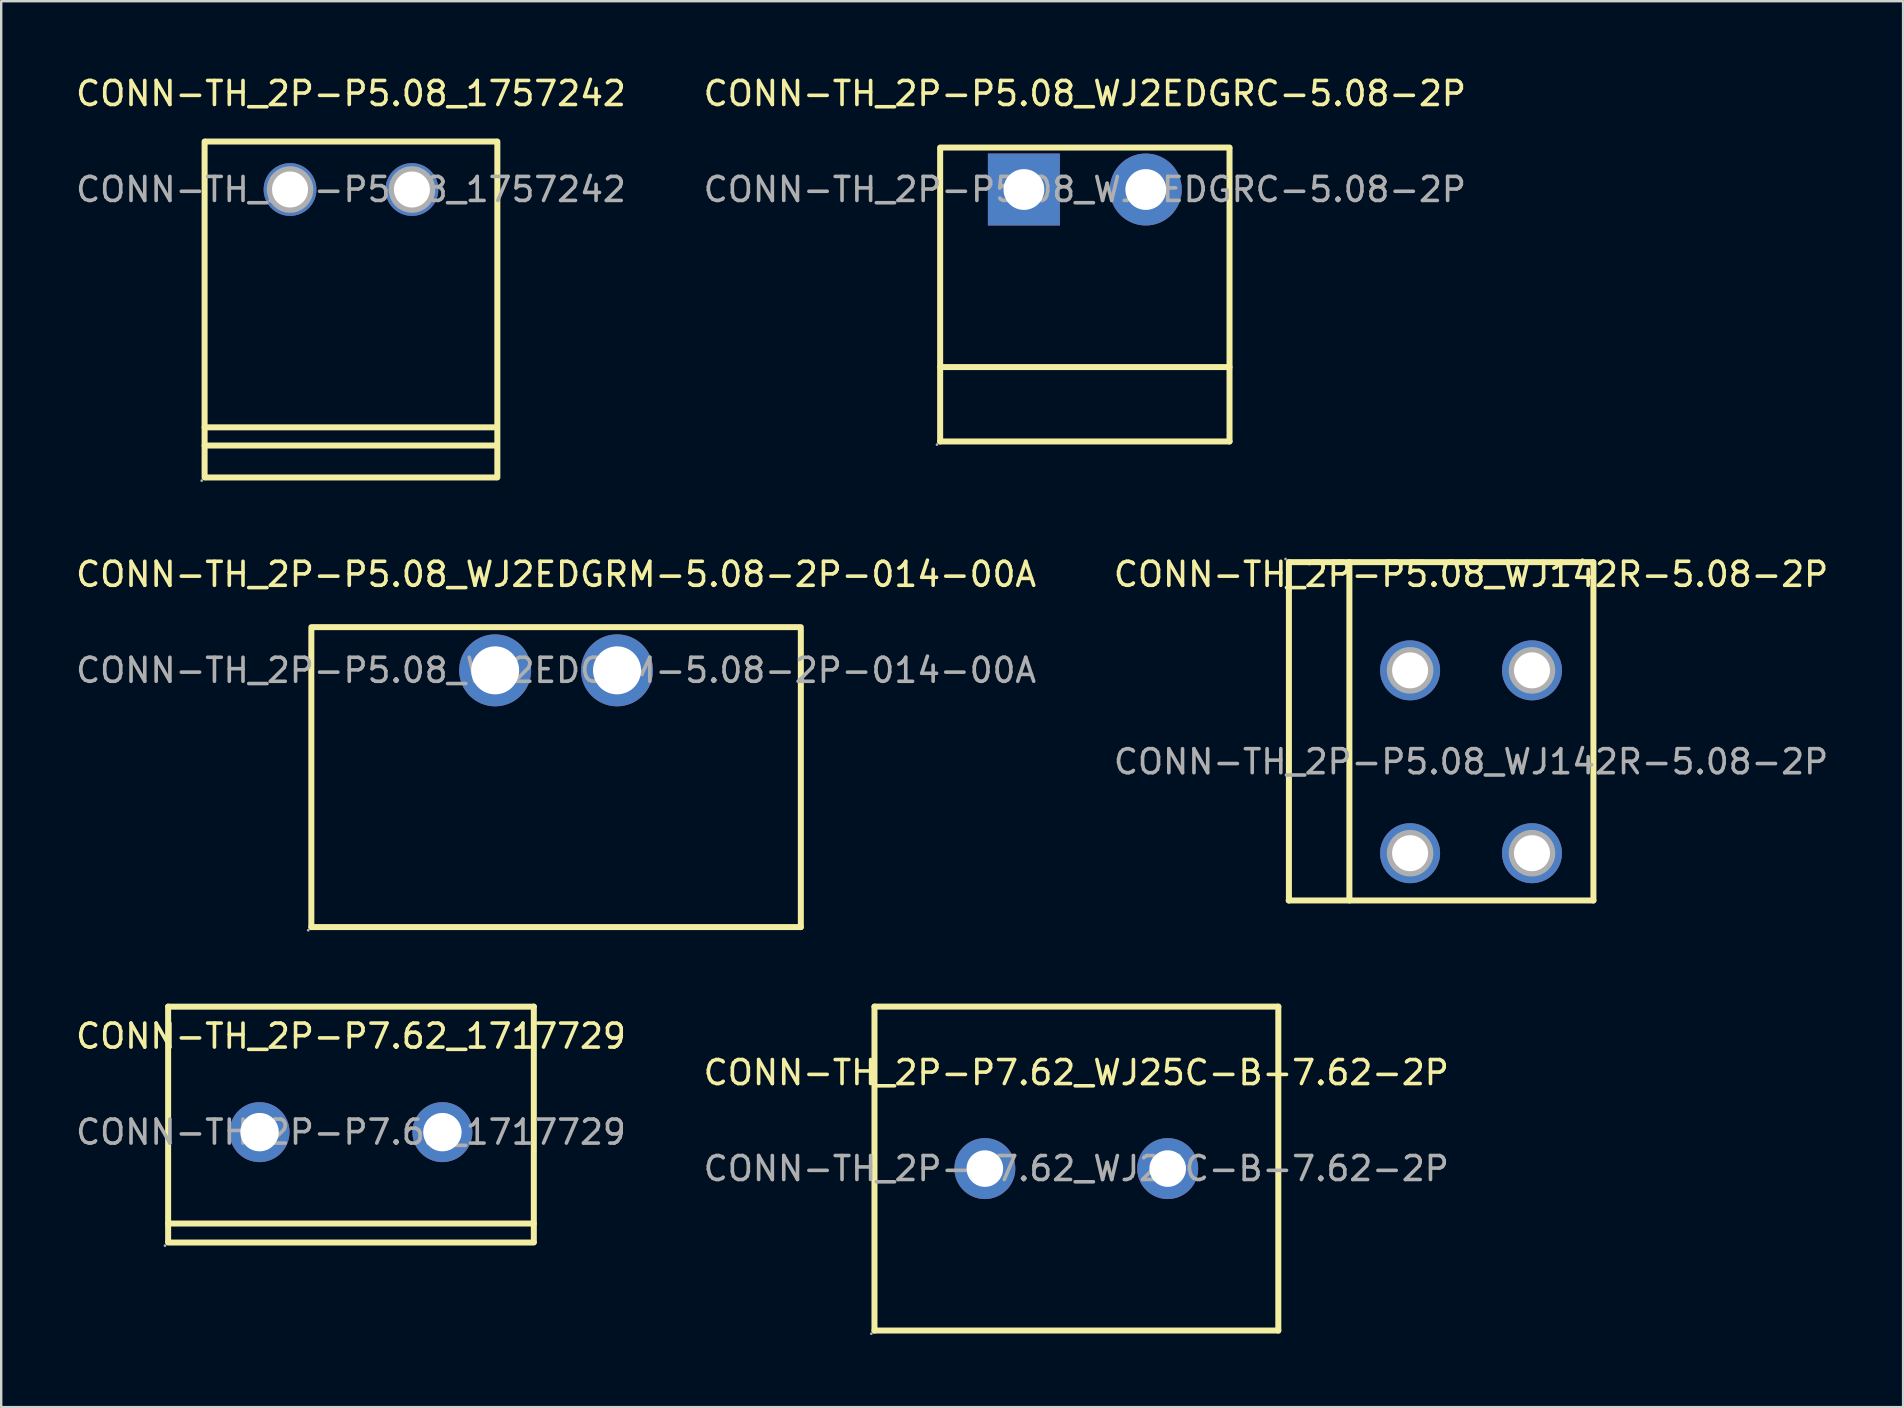
<source format=kicad_pcb>
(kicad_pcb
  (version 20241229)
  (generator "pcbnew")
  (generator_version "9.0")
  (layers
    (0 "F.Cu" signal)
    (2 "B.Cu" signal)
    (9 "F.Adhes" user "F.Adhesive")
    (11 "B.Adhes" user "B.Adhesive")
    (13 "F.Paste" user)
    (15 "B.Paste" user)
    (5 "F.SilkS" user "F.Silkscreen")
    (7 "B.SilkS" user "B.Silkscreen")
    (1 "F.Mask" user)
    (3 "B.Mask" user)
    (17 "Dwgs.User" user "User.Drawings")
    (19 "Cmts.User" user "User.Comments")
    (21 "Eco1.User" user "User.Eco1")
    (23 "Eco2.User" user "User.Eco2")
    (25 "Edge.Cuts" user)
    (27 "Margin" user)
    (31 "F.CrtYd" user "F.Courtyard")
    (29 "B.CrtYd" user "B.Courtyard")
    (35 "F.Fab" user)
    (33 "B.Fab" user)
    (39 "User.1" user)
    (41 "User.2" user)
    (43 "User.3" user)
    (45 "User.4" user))
  (footprint "CONN-TH_2P-P5.08_WJ2EDGRC-5.08-2P"
    (layer "F.Cu")
    (at 42.161 4.848)
    (property "Reference" "CONN-TH_2P-P5.08_WJ2EDGRC-5.08-2P" (at 0 -4 0) (layer "F.SilkS") (effects (font (size 1 1) (thickness 0.15))))
    (attr through_hole)
    (fp_line (start -6.03 7.4) (end 6.03 7.4) (stroke (width 0.25) (type solid)) (layer "F.SilkS"))
    (fp_line (start -6.03 10.5) (end -6.03 -1.7) (stroke (width 0.25) (type solid)) (layer "F.SilkS"))
    (fp_line (start -6.03 10.5) (end 6.03 10.5) (stroke (width 0.25) (type solid)) (layer "F.SilkS"))
    (fp_line (start 6.03 -1.75) (end -6.03 -1.75) (stroke (width 0.25) (type solid)) (layer "F.SilkS"))
    (fp_line (start 6.03 10.5) (end 6.03 -1.7) (stroke (width 0.25) (type solid)) (layer "F.SilkS"))
    (fp_circle (center -6.16 10.63) (end -6.13 10.63) (stroke (width 0.06) (type solid)) (fill no) (layer "F.Fab"))
    (fp_circle (center -2.54 0) (end -2.16 0) (stroke (width 0.75) (type solid)) (fill no) (layer "F.Fab"))
    (fp_circle (center 2.54 0) (end 2.92 0) (stroke (width 0.75) (type solid)) (fill no) (layer "F.Fab"))
    (fp_text user "${REFERENCE}" (at 0 0 0) (layer "F.Fab") (effects (font (size 1 1) (thickness 0.15))))
    (pad "1" thru_hole rect (at -2.54 0) (size 3 3) (drill 1.7) (layers "*.Cu" "*.Paste" "*.Mask"))
    (pad "2" thru_hole circle (at 2.54 0) (size 3 3) (drill 1.7) (layers "*.Cu" "*.Paste" "*.Mask")))
  (footprint "CONN-TH_2P-P7.62_1717729"
    (layer "F.Cu")
    (at 11.577 44.132)
    (property "Reference" "CONN-TH_2P-P7.62_1717729" (at 0 -4 0) (layer "F.SilkS") (effects (font (size 1 1) (thickness 0.15))))
    (attr through_hole)
    (fp_line (start -7.62 -5.23) (end 7.62 -5.23) (stroke (width 0.25) (type solid)) (layer "F.SilkS"))
    (fp_line (start -7.62 3.81) (end 7.62 3.81) (stroke (width 0.25) (type solid)) (layer "F.SilkS"))
    (fp_line (start -7.62 4.57) (end -7.62 -5.23) (stroke (width 0.25) (type solid)) (layer "F.SilkS"))
    (fp_line (start -7.62 4.6) (end 7.62 4.6) (stroke (width 0.25) (type solid)) (layer "F.SilkS"))
    (fp_line (start 7.62 4.57) (end 7.62 -5.23) (stroke (width 0.25) (type solid)) (layer "F.SilkS"))
    (fp_circle (center -7.75 4.73) (end -7.72 4.73) (stroke (width 0.06) (type solid)) (fill no) (layer "F.Fab"))
    (fp_circle (center -3.81 0) (end -3.46 0) (stroke (width 0.7) (type solid)) (fill no) (layer "F.Fab"))
    (fp_circle (center 3.81 0) (end 4.16 0) (stroke (width 0.7) (type solid)) (fill no) (layer "F.Fab"))
    (fp_text user "${REFERENCE}" (at 0 0 0) (layer "F.Fab") (effects (font (size 1 1) (thickness 0.15))))
    (pad "1" thru_hole circle (at -3.81 0) (size 2.5 2.5) (drill 1.6) (layers "*.Cu" "*.Paste" "*.Mask"))
    (pad "2" thru_hole circle (at 3.81 0) (size 2.5 2.5) (drill 1.6) (layers "*.Cu" "*.Paste" "*.Mask")))
  (footprint "CONN-TH_2P-P5.08_WJ142R-5.08-2P"
    (layer "F.Cu")
    (at 58.256 28.697)
    (property "Reference" "CONN-TH_2P-P5.08_WJ142R-5.08-2P" (at 0 -7.81 0) (layer "F.SilkS") (effects (font (size 1 1) (thickness 0.15))))
    (attr through_hole)
    (fp_line (start -7.6 5.78) (end 5.1 5.78) (stroke (width 0.25) (type solid)) (layer "F.SilkS"))
    (fp_line (start -7.59 -8.32) (end -7.59 5.78) (stroke (width 0.25) (type solid)) (layer "F.SilkS"))
    (fp_line (start -5.08 -8.32) (end 5.08 -8.32) (stroke (width 0.25) (type solid)) (layer "F.SilkS"))
    (fp_line (start -5.07 -8.32) (end -7.59 -8.32) (stroke (width 0.25) (type solid)) (layer "F.SilkS"))
    (fp_line (start -5.07 -8.32) (end -5.07 5.78) (stroke (width 0.25) (type solid)) (layer "F.SilkS"))
    (fp_line (start 5.1 -8.32) (end 5.1 5.78) (stroke (width 0.25) (type solid)) (layer "F.SilkS"))
    (fp_circle (center -7.73 -8.45) (end -7.7 -8.45) (stroke (width 0.06) (type solid)) (fill no) (layer "F.Fab"))
    (fp_circle (center -2.54 -3.81) (end -2.22 -3.81) (stroke (width 0.65) (type solid)) (fill no) (layer "F.Fab"))
    (fp_circle (center -2.54 3.81) (end -2.22 3.81) (stroke (width 0.65) (type solid)) (fill no) (layer "F.Fab"))
    (fp_circle (center 2.54 -3.81) (end 2.86 -3.81) (stroke (width 0.65) (type solid)) (fill no) (layer "F.Fab"))
    (fp_circle (center 2.54 3.81) (end 2.86 3.81) (stroke (width 0.65) (type solid)) (fill no) (layer "F.Fab"))
    (fp_text user "${REFERENCE}" (at 0 0 0) (layer "F.Fab") (effects (font (size 1 1) (thickness 0.15))))
    (pad "1" thru_hole circle (at -2.54 -3.81) (size 2.5 2.5) (drill 1.5) (layers "*.Cu" "*.Paste" "*.Mask"))
    (pad "1" thru_hole circle (at -2.54 3.81) (size 2.5 2.5) (drill 1.5) (layers "*.Cu" "*.Paste" "*.Mask"))
    (pad "2" thru_hole circle (at 2.54 -3.81) (size 2.5 2.5) (drill 1.5) (layers "*.Cu" "*.Paste" "*.Mask"))
    (pad "2" thru_hole circle (at 2.54 3.81) (size 2.5 2.5) (drill 1.5) (layers "*.Cu" "*.Paste" "*.Mask")))
  (footprint "CONN-TH_2P-P5.08_1757242"
    (layer "F.Cu")
    (at 11.577 4.848)
    (property "Reference" "CONN-TH_2P-P5.08_1757242" (at 0 -4 0) (layer "F.SilkS") (effects (font (size 1 1) (thickness 0.15))))
    (attr through_hole)
    (fp_line (start -6.1 -2) (end -6.1 12) (stroke (width 0.25) (type solid)) (layer "F.SilkS"))
    (fp_line (start -6.1 9.91) (end 5.98 9.91) (stroke (width 0.25) (type solid)) (layer "F.SilkS"))
    (fp_line (start -6.1 10.67) (end 5.98 10.67) (stroke (width 0.25) (type solid)) (layer "F.SilkS"))
    (fp_line (start -6.04 -2) (end 6.04 -2) (stroke (width 0.25) (type solid)) (layer "F.SilkS"))
    (fp_line (start -6.04 12) (end 6.04 12) (stroke (width 0.25) (type solid)) (layer "F.SilkS"))
    (fp_line (start 6.1 -2) (end 6.1 12) (stroke (width 0.25) (type solid)) (layer "F.SilkS"))
    (fp_circle (center -6.22 12.13) (end -6.19 12.13) (stroke (width 0.06) (type solid)) (fill no) (layer "F.Fab"))
    (fp_circle (center -2.54 0) (end -2.22 0) (stroke (width 0.65) (type solid)) (fill no) (layer "F.Fab"))
    (fp_circle (center 2.54 0) (end 2.86 0) (stroke (width 0.65) (type solid)) (fill no) (layer "F.Fab"))
    (fp_text user "${REFERENCE}" (at 0 0 0) (layer "F.Fab") (effects (font (size 1 1) (thickness 0.15))))
    (pad "1" thru_hole circle (at -2.54 0) (size 2.2 2.2) (drill 1.5) (layers "*.Cu" "*.Paste" "*.Mask"))
    (pad "2" thru_hole circle (at 2.54 0) (size 2.2 2.2) (drill 1.5) (layers "*.Cu" "*.Paste" "*.Mask")))
  (footprint "CONN-TH_2P-P7.62_WJ25C-B-7.62-2P"
    (layer "F.Cu")
    (at 41.804 45.651)
    (property "Reference" "CONN-TH_2P-P7.62_WJ25C-B-7.62-2P" (at 0 -4 0) (layer "F.SilkS") (effects (font (size 1 1) (thickness 0.15))))
    (attr through_hole)
    (fp_line (start -8.41 -6.75) (end 8.42 -6.75) (stroke (width 0.25) (type solid)) (layer "F.SilkS"))
    (fp_line (start -8.41 6.75) (end -8.41 -6.75) (stroke (width 0.25) (type solid)) (layer "F.SilkS"))
    (fp_line (start 8.42 -6.75) (end 8.42 6.75) (stroke (width 0.25) (type solid)) (layer "F.SilkS"))
    (fp_line (start 8.42 6.75) (end -8.41 6.75) (stroke (width 0.25) (type solid)) (layer "F.SilkS"))
    (fp_circle (center -8.54 6.88) (end -8.51 6.88) (stroke (width 0.06) (type solid)) (fill no) (layer "F.Fab"))
    (fp_circle (center -3.81 0) (end -3.48 0) (stroke (width 0.66) (type solid)) (fill no) (layer "F.Fab"))
    (fp_circle (center 3.81 0) (end 4.14 0) (stroke (width 0.66) (type solid)) (fill no) (layer "F.Fab"))
    (fp_text user "${REFERENCE}" (at 0 0 0) (layer "F.Fab") (effects (font (size 1 1) (thickness 0.15))))
    (pad "1" thru_hole circle (at -3.81 0) (size 2.54 2.54) (drill 1.524) (layers "*.Cu" "*.Paste" "*.Mask"))
    (pad "2" thru_hole circle (at 3.81 0) (size 2.54 2.54) (drill 1.524) (layers "*.Cu" "*.Paste" "*.Mask")))
  (footprint "CONN-TH_2P-P5.08_WJ2EDGRM-5.08-2P-014-00A"
    (layer "F.Cu")
    (at 20.125 24.887)
    (property "Reference" "CONN-TH_2P-P5.08_WJ2EDGRM-5.08-2P-014-00A" (at 0 -4 0) (layer "F.SilkS") (effects (font (size 1 1) (thickness 0.15))))
    (attr through_hole)
    (fp_line (start -10.2 10.7) (end -10.2 -1.7) (stroke (width 0.25) (type solid)) (layer "F.SilkS"))
    (fp_line (start -10.2 10.7) (end 10.2 10.7) (stroke (width 0.25) (type solid)) (layer "F.SilkS"))
    (fp_line (start 10.2 -1.8) (end -10.2 -1.8) (stroke (width 0.25) (type solid)) (layer "F.SilkS"))
    (fp_line (start 10.2 -1.7) (end 10.2 10.7) (stroke (width 0.25) (type solid)) (layer "F.SilkS"))
    (fp_circle (center -10.33 10.83) (end -10.3 10.83) (stroke (width 0.06) (type solid)) (fill no) (layer "F.Fab"))
    (fp_circle (center -2.54 0) (end -2.09 0) (stroke (width 0.9) (type solid)) (fill no) (layer "F.Fab"))
    (fp_circle (center 2.54 0) (end 2.99 0) (stroke (width 0.9) (type solid)) (fill no) (layer "F.Fab"))
    (fp_text user "${REFERENCE}" (at 0 0 0) (layer "F.Fab") (effects (font (size 1 1) (thickness 0.15))))
    (pad "1" thru_hole circle (at -2.54 0) (size 3 3) (drill 2) (layers "*.Cu" "*.Paste" "*.Mask"))
    (pad "2" thru_hole circle (at 2.54 0) (size 3 3) (drill 2) (layers "*.Cu" "*.Paste" "*.Mask")))
  (gr_rect
    (start -3 -3)
    (end 76.262 55.592)
    (stroke (width 0.1) (type default))
    (fill no)
    (layer "Edge.Cuts")))
</source>
